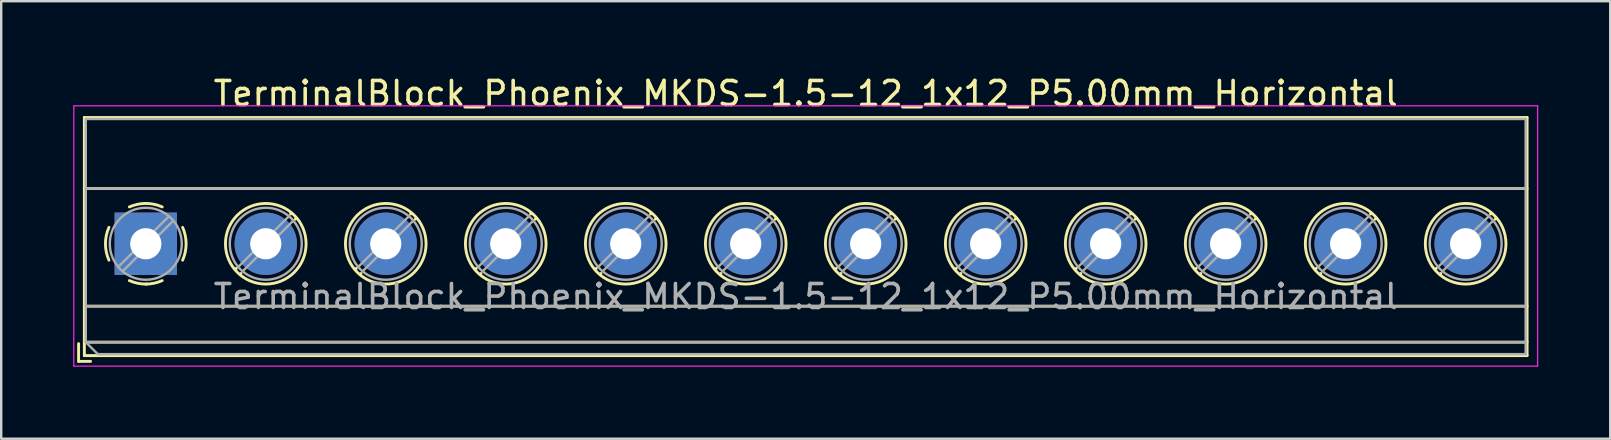
<source format=kicad_pcb>
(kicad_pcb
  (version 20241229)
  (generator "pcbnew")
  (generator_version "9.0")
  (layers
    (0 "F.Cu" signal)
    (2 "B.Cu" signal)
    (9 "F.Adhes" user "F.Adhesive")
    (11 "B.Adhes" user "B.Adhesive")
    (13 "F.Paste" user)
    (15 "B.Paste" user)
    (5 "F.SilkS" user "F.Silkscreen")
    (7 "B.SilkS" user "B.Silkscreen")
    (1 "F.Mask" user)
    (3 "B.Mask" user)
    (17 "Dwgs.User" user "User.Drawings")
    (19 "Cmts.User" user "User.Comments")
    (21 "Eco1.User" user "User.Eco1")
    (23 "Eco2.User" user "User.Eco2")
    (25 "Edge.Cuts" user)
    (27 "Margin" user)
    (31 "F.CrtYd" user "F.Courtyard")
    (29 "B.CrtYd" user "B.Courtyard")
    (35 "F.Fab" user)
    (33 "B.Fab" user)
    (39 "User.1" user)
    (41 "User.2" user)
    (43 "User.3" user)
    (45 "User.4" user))
  (footprint "TerminalBlock_Phoenix_MKDS-1.5-12_1x12_P5.00mm_Horizontal"
    (layer "F.Cu")
    (at 3.025 7.108)
    (property "Reference" "TerminalBlock_Phoenix_MKDS-1.5-12_1x12_P5.00mm_Horizontal" (at 27.5 -6.26 0) (layer "F.SilkS") (effects (font (size 1 1) (thickness 0.15))))
    (attr through_hole)
    (fp_line (start -2.8 4.16) (end -2.8 4.9) (stroke (width 0.12) (type solid)) (layer "F.SilkS"))
    (fp_line (start -2.8 4.9) (end -2.3 4.9) (stroke (width 0.12) (type solid)) (layer "F.SilkS"))
    (fp_line (start -2.56 -5.261) (end -2.56 4.66) (stroke (width 0.12) (type solid)) (layer "F.SilkS"))
    (fp_line (start -2.56 -5.261) (end 57.56 -5.261) (stroke (width 0.12) (type solid)) (layer "F.SilkS"))
    (fp_line (start -2.56 -2.301) (end 57.56 -2.301) (stroke (width 0.12) (type solid)) (layer "F.SilkS"))
    (fp_line (start -2.56 2.6) (end 57.56 2.6) (stroke (width 0.12) (type solid)) (layer "F.SilkS"))
    (fp_line (start -2.56 4.1) (end 57.56 4.1) (stroke (width 0.12) (type solid)) (layer "F.SilkS"))
    (fp_line (start -2.56 4.66) (end 57.56 4.66) (stroke (width 0.12) (type solid)) (layer "F.SilkS"))
    (fp_line (start 3.773 1.023) (end 3.726 1.069) (stroke (width 0.12) (type solid)) (layer "F.SilkS"))
    (fp_line (start 3.966 1.239) (end 3.931 1.274) (stroke (width 0.12) (type solid)) (layer "F.SilkS"))
    (fp_line (start 6.07 -1.275) (end 6.035 -1.239) (stroke (width 0.12) (type solid)) (layer "F.SilkS"))
    (fp_line (start 6.275 -1.069) (end 6.228 -1.023) (stroke (width 0.12) (type solid)) (layer "F.SilkS"))
    (fp_line (start 8.773 1.023) (end 8.726 1.069) (stroke (width 0.12) (type solid)) (layer "F.SilkS"))
    (fp_line (start 8.966 1.239) (end 8.931 1.274) (stroke (width 0.12) (type solid)) (layer "F.SilkS"))
    (fp_line (start 11.07 -1.275) (end 11.035 -1.239) (stroke (width 0.12) (type solid)) (layer "F.SilkS"))
    (fp_line (start 11.275 -1.069) (end 11.228 -1.023) (stroke (width 0.12) (type solid)) (layer "F.SilkS"))
    (fp_line (start 13.773 1.023) (end 13.726 1.069) (stroke (width 0.12) (type solid)) (layer "F.SilkS"))
    (fp_line (start 13.966 1.239) (end 13.931 1.274) (stroke (width 0.12) (type solid)) (layer "F.SilkS"))
    (fp_line (start 16.07 -1.275) (end 16.035 -1.239) (stroke (width 0.12) (type solid)) (layer "F.SilkS"))
    (fp_line (start 16.275 -1.069) (end 16.228 -1.023) (stroke (width 0.12) (type solid)) (layer "F.SilkS"))
    (fp_line (start 18.773 1.023) (end 18.726 1.069) (stroke (width 0.12) (type solid)) (layer "F.SilkS"))
    (fp_line (start 18.966 1.239) (end 18.931 1.274) (stroke (width 0.12) (type solid)) (layer "F.SilkS"))
    (fp_line (start 21.07 -1.275) (end 21.035 -1.239) (stroke (width 0.12) (type solid)) (layer "F.SilkS"))
    (fp_line (start 21.275 -1.069) (end 21.228 -1.023) (stroke (width 0.12) (type solid)) (layer "F.SilkS"))
    (fp_line (start 23.773 1.023) (end 23.726 1.069) (stroke (width 0.12) (type solid)) (layer "F.SilkS"))
    (fp_line (start 23.966 1.239) (end 23.931 1.274) (stroke (width 0.12) (type solid)) (layer "F.SilkS"))
    (fp_line (start 26.07 -1.275) (end 26.035 -1.239) (stroke (width 0.12) (type solid)) (layer "F.SilkS"))
    (fp_line (start 26.275 -1.069) (end 26.228 -1.023) (stroke (width 0.12) (type solid)) (layer "F.SilkS"))
    (fp_line (start 28.773 1.023) (end 28.726 1.069) (stroke (width 0.12) (type solid)) (layer "F.SilkS"))
    (fp_line (start 28.966 1.239) (end 28.931 1.274) (stroke (width 0.12) (type solid)) (layer "F.SilkS"))
    (fp_line (start 31.07 -1.275) (end 31.035 -1.239) (stroke (width 0.12) (type solid)) (layer "F.SilkS"))
    (fp_line (start 31.275 -1.069) (end 31.228 -1.023) (stroke (width 0.12) (type solid)) (layer "F.SilkS"))
    (fp_line (start 33.773 1.023) (end 33.726 1.069) (stroke (width 0.12) (type solid)) (layer "F.SilkS"))
    (fp_line (start 33.966 1.239) (end 33.931 1.274) (stroke (width 0.12) (type solid)) (layer "F.SilkS"))
    (fp_line (start 36.07 -1.275) (end 36.035 -1.239) (stroke (width 0.12) (type solid)) (layer "F.SilkS"))
    (fp_line (start 36.275 -1.069) (end 36.228 -1.023) (stroke (width 0.12) (type solid)) (layer "F.SilkS"))
    (fp_line (start 38.773 1.023) (end 38.726 1.069) (stroke (width 0.12) (type solid)) (layer "F.SilkS"))
    (fp_line (start 38.966 1.239) (end 38.931 1.274) (stroke (width 0.12) (type solid)) (layer "F.SilkS"))
    (fp_line (start 41.07 -1.275) (end 41.035 -1.239) (stroke (width 0.12) (type solid)) (layer "F.SilkS"))
    (fp_line (start 41.275 -1.069) (end 41.228 -1.023) (stroke (width 0.12) (type solid)) (layer "F.SilkS"))
    (fp_line (start 43.773 1.023) (end 43.726 1.069) (stroke (width 0.12) (type solid)) (layer "F.SilkS"))
    (fp_line (start 43.966 1.239) (end 43.931 1.274) (stroke (width 0.12) (type solid)) (layer "F.SilkS"))
    (fp_line (start 46.07 -1.275) (end 46.035 -1.239) (stroke (width 0.12) (type solid)) (layer "F.SilkS"))
    (fp_line (start 46.275 -1.069) (end 46.228 -1.023) (stroke (width 0.12) (type solid)) (layer "F.SilkS"))
    (fp_line (start 48.773 1.023) (end 48.726 1.069) (stroke (width 0.12) (type solid)) (layer "F.SilkS"))
    (fp_line (start 48.966 1.239) (end 48.931 1.274) (stroke (width 0.12) (type solid)) (layer "F.SilkS"))
    (fp_line (start 51.07 -1.275) (end 51.035 -1.239) (stroke (width 0.12) (type solid)) (layer "F.SilkS"))
    (fp_line (start 51.275 -1.069) (end 51.228 -1.023) (stroke (width 0.12) (type solid)) (layer "F.SilkS"))
    (fp_line (start 53.773 1.023) (end 53.726 1.069) (stroke (width 0.12) (type solid)) (layer "F.SilkS"))
    (fp_line (start 53.966 1.239) (end 53.931 1.274) (stroke (width 0.12) (type solid)) (layer "F.SilkS"))
    (fp_line (start 56.07 -1.275) (end 56.035 -1.239) (stroke (width 0.12) (type solid)) (layer "F.SilkS"))
    (fp_line (start 56.275 -1.069) (end 56.228 -1.023) (stroke (width 0.12) (type solid)) (layer "F.SilkS"))
    (fp_line (start 57.56 -5.261) (end 57.56 4.66) (stroke (width 0.12) (type solid)) (layer "F.SilkS"))
    (fp_arc (start -1.535427 0.683042) (mid -1.680501 -0.000524) (end -1.535 -0.684) (stroke (width 0.12) (type solid)) (layer "F.SilkS"))
    (fp_arc (start -0.683042 -1.535427) (mid 0.000524 -1.680501) (end 0.684 -1.535) (stroke (width 0.12) (type solid)) (layer "F.SilkS"))
    (fp_arc (start 0.028805 1.680253) (mid -0.335551 1.646659) (end -0.684 1.535) (stroke (width 0.12) (type solid)) (layer "F.SilkS"))
    (fp_arc (start 0.683318 1.534756) (mid 0.349292 1.643288) (end 0 1.68) (stroke (width 0.12) (type solid)) (layer "F.SilkS"))
    (fp_arc (start 1.535427 -0.683042) (mid 1.680501 0.000524) (end 1.535 0.684) (stroke (width 0.12) (type solid)) (layer "F.SilkS"))
    (fp_circle (center 5 0) (end 6.68 0) (stroke (width 0.12) (type solid)) (fill no) (layer "F.SilkS"))
    (fp_circle (center 10 0) (end 11.68 0) (stroke (width 0.12) (type solid)) (fill no) (layer "F.SilkS"))
    (fp_circle (center 15 0) (end 16.68 0) (stroke (width 0.12) (type solid)) (fill no) (layer "F.SilkS"))
    (fp_circle (center 20 0) (end 21.68 0) (stroke (width 0.12) (type solid)) (fill no) (layer "F.SilkS"))
    (fp_circle (center 25 0) (end 26.68 0) (stroke (width 0.12) (type solid)) (fill no) (layer "F.SilkS"))
    (fp_circle (center 30 0) (end 31.68 0) (stroke (width 0.12) (type solid)) (fill no) (layer "F.SilkS"))
    (fp_circle (center 35 0) (end 36.68 0) (stroke (width 0.12) (type solid)) (fill no) (layer "F.SilkS"))
    (fp_circle (center 40 0) (end 41.68 0) (stroke (width 0.12) (type solid)) (fill no) (layer "F.SilkS"))
    (fp_circle (center 45 0) (end 46.68 0) (stroke (width 0.12) (type solid)) (fill no) (layer "F.SilkS"))
    (fp_circle (center 50 0) (end 51.68 0) (stroke (width 0.12) (type solid)) (fill no) (layer "F.SilkS"))
    (fp_circle (center 55 0) (end 56.68 0) (stroke (width 0.12) (type solid)) (fill no) (layer "F.SilkS"))
    (fp_line (start -3 -5.75) (end -3 5.1) (stroke (width 0.05) (type solid)) (layer "F.CrtYd"))
    (fp_line (start -3 5.1) (end 58 5.1) (stroke (width 0.05) (type solid)) (layer "F.CrtYd"))
    (fp_line (start 58 -5.75) (end -3 -5.75) (stroke (width 0.05) (type solid)) (layer "F.CrtYd"))
    (fp_line (start 58 5.1) (end 58 -5.75) (stroke (width 0.05) (type solid)) (layer "F.CrtYd"))
    (fp_line (start -2.5 -5.2) (end 57.5 -5.2) (stroke (width 0.1) (type solid)) (layer "F.Fab"))
    (fp_line (start -2.5 -2.3) (end 57.5 -2.3) (stroke (width 0.1) (type solid)) (layer "F.Fab"))
    (fp_line (start -2.5 2.6) (end 57.5 2.6) (stroke (width 0.1) (type solid)) (layer "F.Fab"))
    (fp_line (start -2.5 4.1) (end -2.5 -5.2) (stroke (width 0.1) (type solid)) (layer "F.Fab"))
    (fp_line (start -2.5 4.1) (end 57.5 4.1) (stroke (width 0.1) (type solid)) (layer "F.Fab"))
    (fp_line (start -2 4.6) (end -2.5 4.1) (stroke (width 0.1) (type solid)) (layer "F.Fab"))
    (fp_line (start 0.955 -1.138) (end -1.138 0.955) (stroke (width 0.1) (type solid)) (layer "F.Fab"))
    (fp_line (start 1.138 -0.955) (end -0.955 1.138) (stroke (width 0.1) (type solid)) (layer "F.Fab"))
    (fp_line (start 5.955 -1.138) (end 3.863 0.955) (stroke (width 0.1) (type solid)) (layer "F.Fab"))
    (fp_line (start 6.138 -0.955) (end 4.046 1.138) (stroke (width 0.1) (type solid)) (layer "F.Fab"))
    (fp_line (start 10.955 -1.138) (end 8.863 0.955) (stroke (width 0.1) (type solid)) (layer "F.Fab"))
    (fp_line (start 11.138 -0.955) (end 9.046 1.138) (stroke (width 0.1) (type solid)) (layer "F.Fab"))
    (fp_line (start 15.955 -1.138) (end 13.863 0.955) (stroke (width 0.1) (type solid)) (layer "F.Fab"))
    (fp_line (start 16.138 -0.955) (end 14.046 1.138) (stroke (width 0.1) (type solid)) (layer "F.Fab"))
    (fp_line (start 20.955 -1.138) (end 18.863 0.955) (stroke (width 0.1) (type solid)) (layer "F.Fab"))
    (fp_line (start 21.138 -0.955) (end 19.046 1.138) (stroke (width 0.1) (type solid)) (layer "F.Fab"))
    (fp_line (start 25.955 -1.138) (end 23.863 0.955) (stroke (width 0.1) (type solid)) (layer "F.Fab"))
    (fp_line (start 26.138 -0.955) (end 24.046 1.138) (stroke (width 0.1) (type solid)) (layer "F.Fab"))
    (fp_line (start 30.955 -1.138) (end 28.863 0.955) (stroke (width 0.1) (type solid)) (layer "F.Fab"))
    (fp_line (start 31.138 -0.955) (end 29.046 1.138) (stroke (width 0.1) (type solid)) (layer "F.Fab"))
    (fp_line (start 35.955 -1.138) (end 33.863 0.955) (stroke (width 0.1) (type solid)) (layer "F.Fab"))
    (fp_line (start 36.138 -0.955) (end 34.046 1.138) (stroke (width 0.1) (type solid)) (layer "F.Fab"))
    (fp_line (start 40.955 -1.138) (end 38.863 0.955) (stroke (width 0.1) (type solid)) (layer "F.Fab"))
    (fp_line (start 41.138 -0.955) (end 39.046 1.138) (stroke (width 0.1) (type solid)) (layer "F.Fab"))
    (fp_line (start 45.955 -1.138) (end 43.863 0.955) (stroke (width 0.1) (type solid)) (layer "F.Fab"))
    (fp_line (start 46.138 -0.955) (end 44.046 1.138) (stroke (width 0.1) (type solid)) (layer "F.Fab"))
    (fp_line (start 50.955 -1.138) (end 48.863 0.955) (stroke (width 0.1) (type solid)) (layer "F.Fab"))
    (fp_line (start 51.138 -0.955) (end 49.046 1.138) (stroke (width 0.1) (type solid)) (layer "F.Fab"))
    (fp_line (start 55.955 -1.138) (end 53.863 0.955) (stroke (width 0.1) (type solid)) (layer "F.Fab"))
    (fp_line (start 56.138 -0.955) (end 54.046 1.138) (stroke (width 0.1) (type solid)) (layer "F.Fab"))
    (fp_line (start 57.5 -5.2) (end 57.5 4.6) (stroke (width 0.1) (type solid)) (layer "F.Fab"))
    (fp_line (start 57.5 4.6) (end -2 4.6) (stroke (width 0.1) (type solid)) (layer "F.Fab"))
    (fp_circle (center 0 0) (end 1.5 0) (stroke (width 0.1) (type solid)) (fill no) (layer "F.Fab"))
    (fp_circle (center 5 0) (end 6.5 0) (stroke (width 0.1) (type solid)) (fill no) (layer "F.Fab"))
    (fp_circle (center 10 0) (end 11.5 0) (stroke (width 0.1) (type solid)) (fill no) (layer "F.Fab"))
    (fp_circle (center 15 0) (end 16.5 0) (stroke (width 0.1) (type solid)) (fill no) (layer "F.Fab"))
    (fp_circle (center 20 0) (end 21.5 0) (stroke (width 0.1) (type solid)) (fill no) (layer "F.Fab"))
    (fp_circle (center 25 0) (end 26.5 0) (stroke (width 0.1) (type solid)) (fill no) (layer "F.Fab"))
    (fp_circle (center 30 0) (end 31.5 0) (stroke (width 0.1) (type solid)) (fill no) (layer "F.Fab"))
    (fp_circle (center 35 0) (end 36.5 0) (stroke (width 0.1) (type solid)) (fill no) (layer "F.Fab"))
    (fp_circle (center 40 0) (end 41.5 0) (stroke (width 0.1) (type solid)) (fill no) (layer "F.Fab"))
    (fp_circle (center 45 0) (end 46.5 0) (stroke (width 0.1) (type solid)) (fill no) (layer "F.Fab"))
    (fp_circle (center 50 0) (end 51.5 0) (stroke (width 0.1) (type solid)) (fill no) (layer "F.Fab"))
    (fp_circle (center 55 0) (end 56.5 0) (stroke (width 0.1) (type solid)) (fill no) (layer "F.Fab"))
    (fp_text user "${REFERENCE}" (at 27.5 2.2 0) (layer "F.Fab") (effects (font (size 1 1) (thickness 0.15))))
    (pad "1" thru_hole rect (at 0 0) (size 2.6 2.6) (drill 1.3) (layers "*.Cu" "*.Mask"))
    (pad "2" thru_hole circle (at 5 0) (size 2.6 2.6) (drill 1.3) (layers "*.Cu" "*.Mask"))
    (pad "3" thru_hole circle (at 10 0) (size 2.6 2.6) (drill 1.3) (layers "*.Cu" "*.Mask"))
    (pad "4" thru_hole circle (at 15 0) (size 2.6 2.6) (drill 1.3) (layers "*.Cu" "*.Mask"))
    (pad "5" thru_hole circle (at 20 0) (size 2.6 2.6) (drill 1.3) (layers "*.Cu" "*.Mask"))
    (pad "6" thru_hole circle (at 25 0) (size 2.6 2.6) (drill 1.3) (layers "*.Cu" "*.Mask"))
    (pad "7" thru_hole circle (at 30 0) (size 2.6 2.6) (drill 1.3) (layers "*.Cu" "*.Mask"))
    (pad "8" thru_hole circle (at 35 0) (size 2.6 2.6) (drill 1.3) (layers "*.Cu" "*.Mask"))
    (pad "9" thru_hole circle (at 40 0) (size 2.6 2.6) (drill 1.3) (layers "*.Cu" "*.Mask"))
    (pad "10" thru_hole circle (at 45 0) (size 2.6 2.6) (drill 1.3) (layers "*.Cu" "*.Mask"))
    (pad "11" thru_hole circle (at 50 0) (size 2.6 2.6) (drill 1.3) (layers "*.Cu" "*.Mask"))
    (pad "12" thru_hole circle (at 55 0) (size 2.6 2.6) (drill 1.3) (layers "*.Cu" "*.Mask")))
  (gr_rect
    (start -3 -3)
    (end 64.05 15.233)
    (stroke (width 0.1) (type default))
    (fill no)
    (layer "Edge.Cuts")))
</source>
